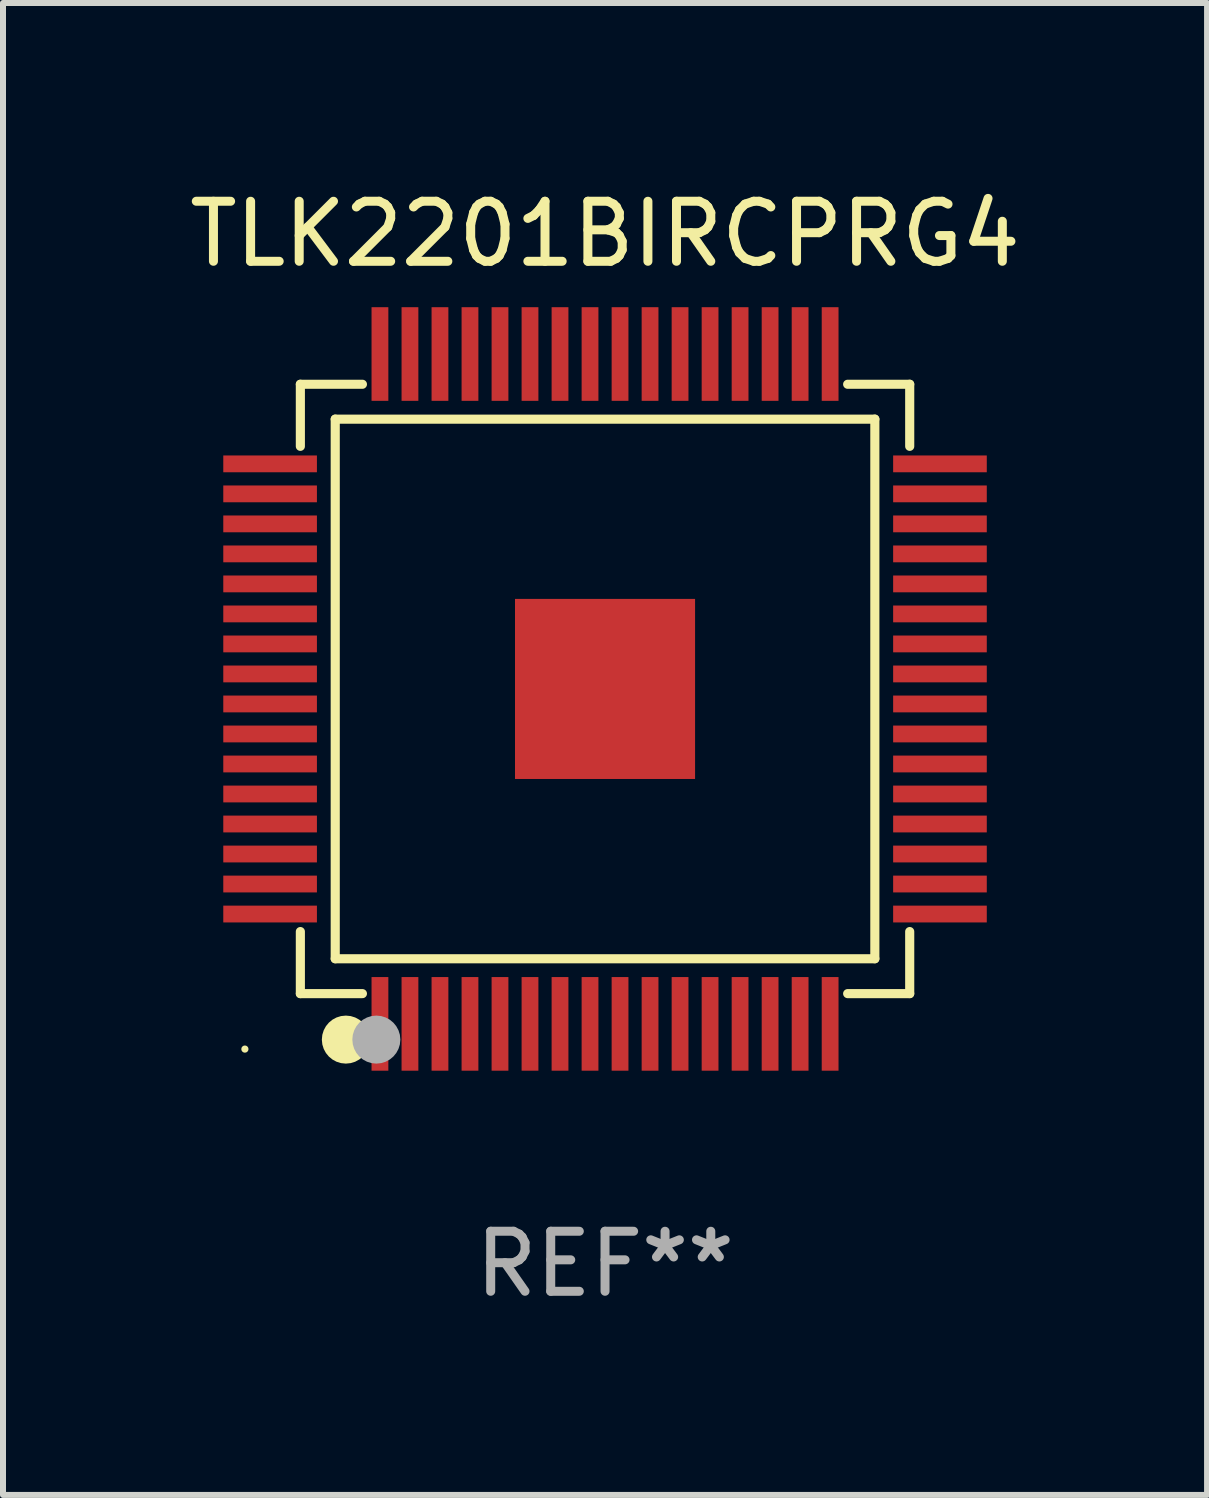
<source format=kicad_pcb>
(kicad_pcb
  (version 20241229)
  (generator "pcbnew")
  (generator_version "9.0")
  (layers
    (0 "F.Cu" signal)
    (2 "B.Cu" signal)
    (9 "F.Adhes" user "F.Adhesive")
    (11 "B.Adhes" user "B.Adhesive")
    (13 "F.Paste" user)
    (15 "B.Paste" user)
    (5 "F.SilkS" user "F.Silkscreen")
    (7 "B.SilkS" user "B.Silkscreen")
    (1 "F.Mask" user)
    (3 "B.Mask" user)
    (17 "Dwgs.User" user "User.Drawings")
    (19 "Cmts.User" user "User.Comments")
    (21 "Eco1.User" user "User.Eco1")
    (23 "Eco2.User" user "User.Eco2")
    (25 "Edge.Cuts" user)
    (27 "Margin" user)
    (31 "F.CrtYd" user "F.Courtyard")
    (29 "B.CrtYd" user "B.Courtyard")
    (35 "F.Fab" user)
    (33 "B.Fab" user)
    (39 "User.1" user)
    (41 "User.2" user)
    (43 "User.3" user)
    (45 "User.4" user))
  (footprint "TLK2201BIRCPRG4"
    (layer "F.Cu")
    (at 7.03 8.428)
    (property "Reference" "TLK2201BIRCPRG4" (at 0 -7.58 0) (layer "F.SilkS") (effects (font (size 1 1) (thickness 0.15))))
    (attr through_hole)
    (fp_line (start -5.076 -5.076) (end -5.076 -4.042) (stroke (width 0.152) (type solid)) (layer "F.SilkS"))
    (fp_line (start -5.076 5.076) (end -5.076 4.042) (stroke (width 0.152) (type solid)) (layer "F.SilkS"))
    (fp_line (start -4.495 -4.495) (end 4.495 -4.495) (stroke (width 0.152) (type solid)) (layer "F.SilkS"))
    (fp_line (start -4.495 4.495) (end -4.495 -4.495) (stroke (width 0.152) (type solid)) (layer "F.SilkS"))
    (fp_line (start -4.042 -5.076) (end -5.076 -5.076) (stroke (width 0.152) (type solid)) (layer "F.SilkS"))
    (fp_line (start -4.042 5.076) (end -5.076 5.076) (stroke (width 0.152) (type solid)) (layer "F.SilkS"))
    (fp_line (start 4.042 -5.076) (end 5.076 -5.076) (stroke (width 0.152) (type solid)) (layer "F.SilkS"))
    (fp_line (start 4.042 5.076) (end 5.076 5.076) (stroke (width 0.152) (type solid)) (layer "F.SilkS"))
    (fp_line (start 4.495 -4.495) (end 4.495 4.495) (stroke (width 0.152) (type solid)) (layer "F.SilkS"))
    (fp_line (start 4.495 4.495) (end -4.495 4.495) (stroke (width 0.152) (type solid)) (layer "F.SilkS"))
    (fp_line (start 5.076 -5.076) (end 5.076 -4.042) (stroke (width 0.152) (type solid)) (layer "F.SilkS"))
    (fp_line (start 5.076 5.076) (end 5.076 4.042) (stroke (width 0.152) (type solid)) (layer "F.SilkS"))
    (fp_circle (center -6 6) (end -5.97 6) (stroke (width 0.06) (type solid)) (fill no) (layer "F.SilkS"))
    (fp_circle (center -4.318 5.842) (end -4.118 5.842) (stroke (width 0.4) (type solid)) (fill no) (layer "F.SilkS"))
    (fp_circle (center -3.81 5.842) (end -3.61 5.842) (stroke (width 0.4) (type solid)) (fill no) (layer "F.Fab"))
    (fp_text user "REF**" (at 0 9.58 0) (layer "F.Fab") (effects (font (size 1 1) (thickness 0.15))))
    (pad "1" smd rect (at -3.75 5.58) (size 0.28 1.56) (layers "F.Cu" "F.Mask" "F.Paste"))
    (pad "2" smd rect (at -3.25 5.58) (size 0.28 1.56) (layers "F.Cu" "F.Mask" "F.Paste"))
    (pad "3" smd rect (at -2.75 5.58) (size 0.28 1.56) (layers "F.Cu" "F.Mask" "F.Paste"))
    (pad "4" smd rect (at -2.25 5.58) (size 0.28 1.56) (layers "F.Cu" "F.Mask" "F.Paste"))
    (pad "5" smd rect (at -1.75 5.58) (size 0.28 1.56) (layers "F.Cu" "F.Mask" "F.Paste"))
    (pad "6" smd rect (at -1.25 5.58) (size 0.28 1.56) (layers "F.Cu" "F.Mask" "F.Paste"))
    (pad "7" smd rect (at -0.75 5.58) (size 0.28 1.56) (layers "F.Cu" "F.Mask" "F.Paste"))
    (pad "8" smd rect (at -0.25 5.58) (size 0.28 1.56) (layers "F.Cu" "F.Mask" "F.Paste"))
    (pad "9" smd rect (at 0.25 5.58) (size 0.28 1.56) (layers "F.Cu" "F.Mask" "F.Paste"))
    (pad "10" smd rect (at 0.75 5.58) (size 0.28 1.56) (layers "F.Cu" "F.Mask" "F.Paste"))
    (pad "11" smd rect (at 1.25 5.58) (size 0.28 1.56) (layers "F.Cu" "F.Mask" "F.Paste"))
    (pad "12" smd rect (at 1.75 5.58) (size 0.28 1.56) (layers "F.Cu" "F.Mask" "F.Paste"))
    (pad "13" smd rect (at 2.25 5.58) (size 0.28 1.56) (layers "F.Cu" "F.Mask" "F.Paste"))
    (pad "14" smd rect (at 2.75 5.58) (size 0.28 1.56) (layers "F.Cu" "F.Mask" "F.Paste"))
    (pad "15" smd rect (at 3.25 5.58) (size 0.28 1.56) (layers "F.Cu" "F.Mask" "F.Paste"))
    (pad "16" smd rect (at 3.75 5.58) (size 0.28 1.56) (layers "F.Cu" "F.Mask" "F.Paste"))
    (pad "17" smd rect (at 5.58 3.75) (size 1.56 0.28) (layers "F.Cu" "F.Mask" "F.Paste"))
    (pad "18" smd rect (at 5.58 3.25) (size 1.56 0.28) (layers "F.Cu" "F.Mask" "F.Paste"))
    (pad "19" smd rect (at 5.58 2.75) (size 1.56 0.28) (layers "F.Cu" "F.Mask" "F.Paste"))
    (pad "20" smd rect (at 5.58 2.25) (size 1.56 0.28) (layers "F.Cu" "F.Mask" "F.Paste"))
    (pad "21" smd rect (at 5.58 1.75) (size 1.56 0.28) (layers "F.Cu" "F.Mask" "F.Paste"))
    (pad "22" smd rect (at 5.58 1.25) (size 1.56 0.28) (layers "F.Cu" "F.Mask" "F.Paste"))
    (pad "23" smd rect (at 5.58 0.75) (size 1.56 0.28) (layers "F.Cu" "F.Mask" "F.Paste"))
    (pad "24" smd rect (at 5.58 0.25) (size 1.56 0.28) (layers "F.Cu" "F.Mask" "F.Paste"))
    (pad "25" smd rect (at 5.58 -0.25) (size 1.56 0.28) (layers "F.Cu" "F.Mask" "F.Paste"))
    (pad "26" smd rect (at 5.58 -0.75) (size 1.56 0.28) (layers "F.Cu" "F.Mask" "F.Paste"))
    (pad "27" smd rect (at 5.58 -1.25) (size 1.56 0.28) (layers "F.Cu" "F.Mask" "F.Paste"))
    (pad "28" smd rect (at 5.58 -1.75) (size 1.56 0.28) (layers "F.Cu" "F.Mask" "F.Paste"))
    (pad "29" smd rect (at 5.58 -2.25) (size 1.56 0.28) (layers "F.Cu" "F.Mask" "F.Paste"))
    (pad "30" smd rect (at 5.58 -2.75) (size 1.56 0.28) (layers "F.Cu" "F.Mask" "F.Paste"))
    (pad "31" smd rect (at 5.58 -3.25) (size 1.56 0.28) (layers "F.Cu" "F.Mask" "F.Paste"))
    (pad "32" smd rect (at 5.58 -3.75) (size 1.56 0.28) (layers "F.Cu" "F.Mask" "F.Paste"))
    (pad "33" smd rect (at 3.75 -5.58) (size 0.28 1.56) (layers "F.Cu" "F.Mask" "F.Paste"))
    (pad "34" smd rect (at 3.25 -5.58) (size 0.28 1.56) (layers "F.Cu" "F.Mask" "F.Paste"))
    (pad "35" smd rect (at 2.75 -5.58) (size 0.28 1.56) (layers "F.Cu" "F.Mask" "F.Paste"))
    (pad "36" smd rect (at 2.25 -5.58) (size 0.28 1.56) (layers "F.Cu" "F.Mask" "F.Paste"))
    (pad "37" smd rect (at 1.75 -5.58) (size 0.28 1.56) (layers "F.Cu" "F.Mask" "F.Paste"))
    (pad "38" smd rect (at 1.25 -5.58) (size 0.28 1.56) (layers "F.Cu" "F.Mask" "F.Paste"))
    (pad "39" smd rect (at 0.75 -5.58) (size 0.28 1.56) (layers "F.Cu" "F.Mask" "F.Paste"))
    (pad "40" smd rect (at 0.25 -5.58) (size 0.28 1.56) (layers "F.Cu" "F.Mask" "F.Paste"))
    (pad "41" smd rect (at -0.25 -5.58) (size 0.28 1.56) (layers "F.Cu" "F.Mask" "F.Paste"))
    (pad "42" smd rect (at -0.75 -5.58) (size 0.28 1.56) (layers "F.Cu" "F.Mask" "F.Paste"))
    (pad "43" smd rect (at -1.25 -5.58) (size 0.28 1.56) (layers "F.Cu" "F.Mask" "F.Paste"))
    (pad "44" smd rect (at -1.75 -5.58) (size 0.28 1.56) (layers "F.Cu" "F.Mask" "F.Paste"))
    (pad "45" smd rect (at -2.25 -5.58) (size 0.28 1.56) (layers "F.Cu" "F.Mask" "F.Paste"))
    (pad "46" smd rect (at -2.75 -5.58) (size 0.28 1.56) (layers "F.Cu" "F.Mask" "F.Paste"))
    (pad "47" smd rect (at -3.25 -5.58) (size 0.28 1.56) (layers "F.Cu" "F.Mask" "F.Paste"))
    (pad "48" smd rect (at -3.75 -5.58) (size 0.28 1.56) (layers "F.Cu" "F.Mask" "F.Paste"))
    (pad "49" smd rect (at -5.58 -3.75) (size 1.56 0.28) (layers "F.Cu" "F.Mask" "F.Paste"))
    (pad "50" smd rect (at -5.58 -3.25) (size 1.56 0.28) (layers "F.Cu" "F.Mask" "F.Paste"))
    (pad "51" smd rect (at -5.58 -2.75) (size 1.56 0.28) (layers "F.Cu" "F.Mask" "F.Paste"))
    (pad "52" smd rect (at -5.58 -2.25) (size 1.56 0.28) (layers "F.Cu" "F.Mask" "F.Paste"))
    (pad "53" smd rect (at -5.58 -1.75) (size 1.56 0.28) (layers "F.Cu" "F.Mask" "F.Paste"))
    (pad "54" smd rect (at -5.58 -1.25) (size 1.56 0.28) (layers "F.Cu" "F.Mask" "F.Paste"))
    (pad "55" smd rect (at -5.58 -0.75) (size 1.56 0.28) (layers "F.Cu" "F.Mask" "F.Paste"))
    (pad "56" smd rect (at -5.58 -0.25) (size 1.56 0.28) (layers "F.Cu" "F.Mask" "F.Paste"))
    (pad "57" smd rect (at -5.58 0.25) (size 1.56 0.28) (layers "F.Cu" "F.Mask" "F.Paste"))
    (pad "58" smd rect (at -5.58 0.75) (size 1.56 0.28) (layers "F.Cu" "F.Mask" "F.Paste"))
    (pad "59" smd rect (at -5.58 1.25) (size 1.56 0.28) (layers "F.Cu" "F.Mask" "F.Paste"))
    (pad "60" smd rect (at -5.58 1.75) (size 1.56 0.28) (layers "F.Cu" "F.Mask" "F.Paste"))
    (pad "61" smd rect (at -5.58 2.25) (size 1.56 0.28) (layers "F.Cu" "F.Mask" "F.Paste"))
    (pad "62" smd rect (at -5.58 2.75) (size 1.56 0.28) (layers "F.Cu" "F.Mask" "F.Paste"))
    (pad "63" smd rect (at -5.58 3.25) (size 1.56 0.28) (layers "F.Cu" "F.Mask" "F.Paste"))
    (pad "64" smd rect (at -5.58 3.75) (size 1.56 0.28) (layers "F.Cu" "F.Mask" "F.Paste"))
    (pad "65" smd rect (at 0 0) (size 3 3) (layers "F.Cu" "F.Mask" "F.Paste")))
  (gr_rect
    (start -3 -3)
    (end 17.06 21.856)
    (stroke (width 0.1) (type default))
    (fill no)
    (layer "Edge.Cuts")))
</source>
